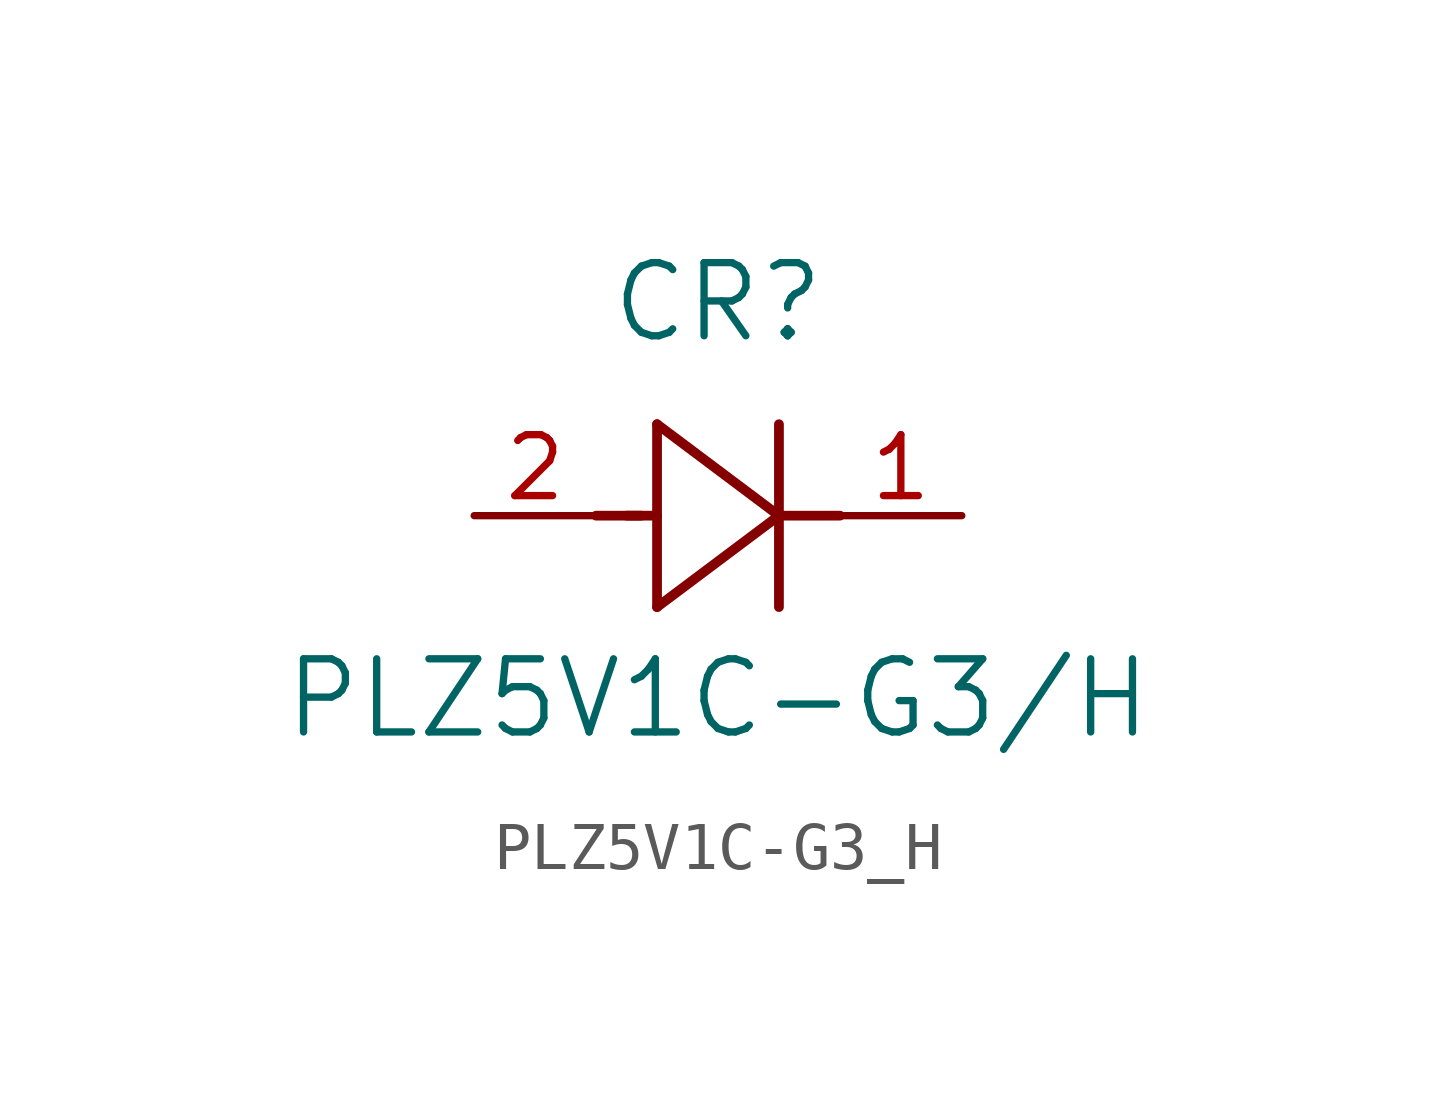
<source format=kicad_sym>
(kicad_symbol_lib
  (version 20211014)
  (generator kicad_symbol_editor)
  (symbol "PLZ5V1C-G3_H"
    (pin_names
      (offset 0.254))
    (property "Reference" "CR"
      (at 5.08 4.445 0)
      (effects (font (size 1.524 1.524))))
    (property "Value" "PLZ5V1C-G3/H"
      (at 5.08 -3.81 0)
      (effects (font (size 1.524 1.524))))
    (polyline
      (pts (xy 2.54 0) (xy 3.48 0))
      (stroke (width 0.203) (type default) (color 0 0 0 0))
      (fill (type none)))
    (polyline
      (pts (xy 3.81 1.905) (xy 3.81 -1.905))
      (stroke (width 0.203) (type default) (color 0 0 0 0))
      (fill (type none)))
    (polyline
      (pts (xy 3.175 0) (xy 3.81 0))
      (stroke (width 0.203) (type default) (color 0 0 0 0))
      (fill (type none)))
    (polyline
      (pts (xy 6.35 -1.905) (xy 6.35 1.905))
      (stroke (width 0.203) (type default) (color 0 0 0 0))
      (fill (type none)))
    (polyline
      (pts (xy 6.35 0) (xy 7.62 0))
      (stroke (width 0.203) (type default) (color 0 0 0 0))
      (fill (type none)))
    (polyline
      (pts (xy 6.35 0) (xy 3.81 1.905))
      (stroke (width 0.203) (type default) (color 0 0 0 0))
      (fill (type none)))
    (polyline
      (pts (xy 3.81 -1.905) (xy 6.35 0))
      (stroke (width 0.203) (type default) (color 0 0 0 0))
      (fill (type none)))
    (pin unspecified line
      (at 0 0 0)
      (length 2.54)
      (name "" (effects (font (size 1.27 1.27))))
      (number "2" (effects (font (size 1.27 1.27)))))
    (pin unspecified line
      (at 10.16 0 180)
      (length 2.54)
      (name "" (effects (font (size 1.27 1.27))))
      (number "1" (effects (font (size 1.27 1.27)))))))
</source>
